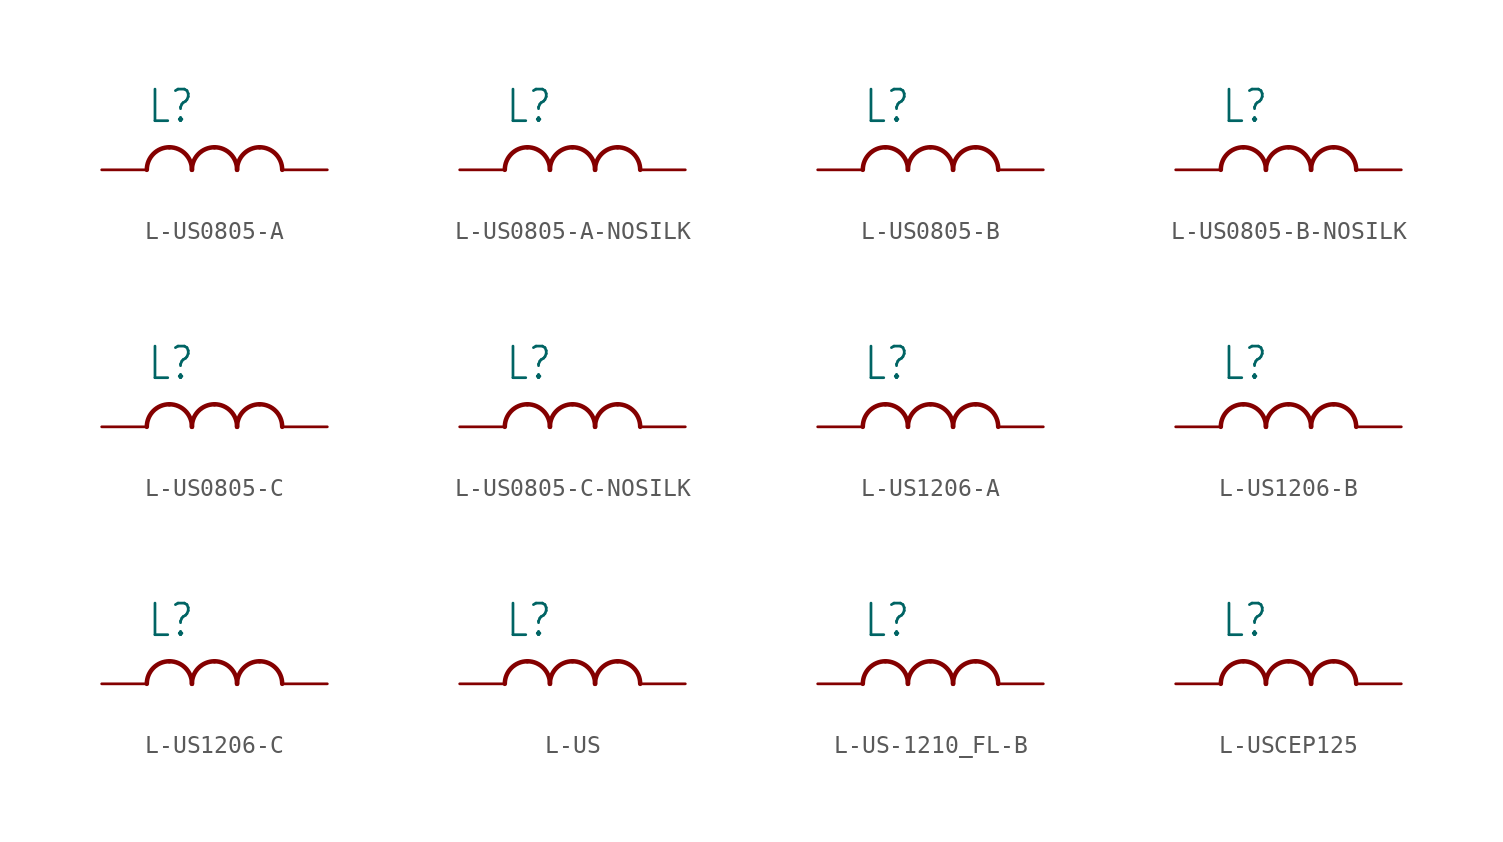
<source format=kicad_sym>
(kicad_symbol_lib
  (version 20241209)
  (generator "kicad_symbol_editor")
  (generator_version "9.0")
  (symbol "L-US0805-A"
    (property "Reference" "L"
      (at -5.08 2.54 0)
      (effects (font (size 1.778 1.511)) (justify left bottom)))
    (property "Value" ""
      (at -5.08 -1.27 0)
      (effects (font (size 1.778 1.511)) (justify left top)))
    (property "ki_locked" ""
      (at 0 0 0)
      (effects (font (size 1.27 1.27))))
    (symbol "L-US0805-A_1_0"
      (arc (start -5.08 0) (mid -4.708 0.898) (end -3.81 1.27) (stroke (width 0.254) (type solid)) (fill (type none)))
      (arc (start -3.81 1.27) (mid -2.912 0.898) (end -2.54 0) (stroke (width 0.254) (type solid)) (fill (type none)))
      (arc (start -2.54 0) (mid -2.168 0.898) (end -1.27 1.27) (stroke (width 0.254) (type solid)) (fill (type none)))
      (arc (start -1.27 1.27) (mid -0.372 0.898) (end 0 0) (stroke (width 0.254) (type solid)) (fill (type none)))
      (arc (start 0 0) (mid 0.372 0.898) (end 1.27 1.27) (stroke (width 0.254) (type solid)) (fill (type none)))
      (arc (start 1.27 1.27) (mid 2.168 0.898) (end 2.54 0) (stroke (width 0.254) (type solid)) (fill (type none)))
      (pin passive line (at -7.62 0 0) (length 2.54) (name "1" (effects (font (size 0 0)))) (number "1" (effects (font (size 0 0)))))
      (pin passive line (at 5.08 0 180) (length 2.54) (name "2" (effects (font (size 0 0)))) (number "2" (effects (font (size 0 0)))))))
  (symbol "L-US0805-A-NOSILK"
    (property "Reference" "L"
      (at -5.08 2.54 0)
      (effects (font (size 1.778 1.511)) (justify left bottom)))
    (property "Value" ""
      (at -5.08 -1.27 0)
      (effects (font (size 1.778 1.511)) (justify left top)))
    (property "ki_locked" ""
      (at 0 0 0)
      (effects (font (size 1.27 1.27))))
    (symbol "L-US0805-A-NOSILK_1_0"
      (arc (start -5.08 0) (mid -4.708 0.898) (end -3.81 1.27) (stroke (width 0.254) (type solid)) (fill (type none)))
      (arc (start -3.81 1.27) (mid -2.912 0.898) (end -2.54 0) (stroke (width 0.254) (type solid)) (fill (type none)))
      (arc (start -2.54 0) (mid -2.168 0.898) (end -1.27 1.27) (stroke (width 0.254) (type solid)) (fill (type none)))
      (arc (start -1.27 1.27) (mid -0.372 0.898) (end 0 0) (stroke (width 0.254) (type solid)) (fill (type none)))
      (arc (start 0 0) (mid 0.372 0.898) (end 1.27 1.27) (stroke (width 0.254) (type solid)) (fill (type none)))
      (arc (start 1.27 1.27) (mid 2.168 0.898) (end 2.54 0) (stroke (width 0.254) (type solid)) (fill (type none)))
      (pin passive line (at -7.62 0 0) (length 2.54) (name "1" (effects (font (size 0 0)))) (number "1" (effects (font (size 0 0)))))
      (pin passive line (at 5.08 0 180) (length 2.54) (name "2" (effects (font (size 0 0)))) (number "2" (effects (font (size 0 0)))))))
  (symbol "L-US0805-B"
    (property "Reference" "L"
      (at -5.08 2.54 0)
      (effects (font (size 1.778 1.511)) (justify left bottom)))
    (property "Value" ""
      (at -5.08 -1.27 0)
      (effects (font (size 1.778 1.511)) (justify left top)))
    (property "ki_locked" ""
      (at 0 0 0)
      (effects (font (size 1.27 1.27))))
    (symbol "L-US0805-B_1_0"
      (arc (start -5.08 0) (mid -4.708 0.898) (end -3.81 1.27) (stroke (width 0.254) (type solid)) (fill (type none)))
      (arc (start -3.81 1.27) (mid -2.912 0.898) (end -2.54 0) (stroke (width 0.254) (type solid)) (fill (type none)))
      (arc (start -2.54 0) (mid -2.168 0.898) (end -1.27 1.27) (stroke (width 0.254) (type solid)) (fill (type none)))
      (arc (start -1.27 1.27) (mid -0.372 0.898) (end 0 0) (stroke (width 0.254) (type solid)) (fill (type none)))
      (arc (start 0 0) (mid 0.372 0.898) (end 1.27 1.27) (stroke (width 0.254) (type solid)) (fill (type none)))
      (arc (start 1.27 1.27) (mid 2.168 0.898) (end 2.54 0) (stroke (width 0.254) (type solid)) (fill (type none)))
      (pin passive line (at -7.62 0 0) (length 2.54) (name "1" (effects (font (size 0 0)))) (number "1" (effects (font (size 0 0)))))
      (pin passive line (at 5.08 0 180) (length 2.54) (name "2" (effects (font (size 0 0)))) (number "2" (effects (font (size 0 0)))))))
  (symbol "L-US0805-B-NOSILK"
    (property "Reference" "L"
      (at -5.08 2.54 0)
      (effects (font (size 1.778 1.511)) (justify left bottom)))
    (property "Value" ""
      (at -5.08 -1.27 0)
      (effects (font (size 1.778 1.511)) (justify left top)))
    (property "ki_locked" ""
      (at 0 0 0)
      (effects (font (size 1.27 1.27))))
    (symbol "L-US0805-B-NOSILK_1_0"
      (arc (start -5.08 0) (mid -4.708 0.898) (end -3.81 1.27) (stroke (width 0.254) (type solid)) (fill (type none)))
      (arc (start -3.81 1.27) (mid -2.912 0.898) (end -2.54 0) (stroke (width 0.254) (type solid)) (fill (type none)))
      (arc (start -2.54 0) (mid -2.168 0.898) (end -1.27 1.27) (stroke (width 0.254) (type solid)) (fill (type none)))
      (arc (start -1.27 1.27) (mid -0.372 0.898) (end 0 0) (stroke (width 0.254) (type solid)) (fill (type none)))
      (arc (start 0 0) (mid 0.372 0.898) (end 1.27 1.27) (stroke (width 0.254) (type solid)) (fill (type none)))
      (arc (start 1.27 1.27) (mid 2.168 0.898) (end 2.54 0) (stroke (width 0.254) (type solid)) (fill (type none)))
      (pin passive line (at -7.62 0 0) (length 2.54) (name "1" (effects (font (size 0 0)))) (number "1" (effects (font (size 0 0)))))
      (pin passive line (at 5.08 0 180) (length 2.54) (name "2" (effects (font (size 0 0)))) (number "2" (effects (font (size 0 0)))))))
  (symbol "L-US0805-C"
    (property "Reference" "L"
      (at -5.08 2.54 0)
      (effects (font (size 1.778 1.511)) (justify left bottom)))
    (property "Value" ""
      (at -5.08 -1.27 0)
      (effects (font (size 1.778 1.511)) (justify left top)))
    (property "ki_locked" ""
      (at 0 0 0)
      (effects (font (size 1.27 1.27))))
    (symbol "L-US0805-C_1_0"
      (arc (start -5.08 0) (mid -4.708 0.898) (end -3.81 1.27) (stroke (width 0.254) (type solid)) (fill (type none)))
      (arc (start -3.81 1.27) (mid -2.912 0.898) (end -2.54 0) (stroke (width 0.254) (type solid)) (fill (type none)))
      (arc (start -2.54 0) (mid -2.168 0.898) (end -1.27 1.27) (stroke (width 0.254) (type solid)) (fill (type none)))
      (arc (start -1.27 1.27) (mid -0.372 0.898) (end 0 0) (stroke (width 0.254) (type solid)) (fill (type none)))
      (arc (start 0 0) (mid 0.372 0.898) (end 1.27 1.27) (stroke (width 0.254) (type solid)) (fill (type none)))
      (arc (start 1.27 1.27) (mid 2.168 0.898) (end 2.54 0) (stroke (width 0.254) (type solid)) (fill (type none)))
      (pin passive line (at -7.62 0 0) (length 2.54) (name "1" (effects (font (size 0 0)))) (number "1" (effects (font (size 0 0)))))
      (pin passive line (at 5.08 0 180) (length 2.54) (name "2" (effects (font (size 0 0)))) (number "2" (effects (font (size 0 0)))))))
  (symbol "L-US0805-C-NOSILK"
    (property "Reference" "L"
      (at -5.08 2.54 0)
      (effects (font (size 1.778 1.511)) (justify left bottom)))
    (property "Value" ""
      (at -5.08 -1.27 0)
      (effects (font (size 1.778 1.511)) (justify left top)))
    (property "ki_locked" ""
      (at 0 0 0)
      (effects (font (size 1.27 1.27))))
    (symbol "L-US0805-C-NOSILK_1_0"
      (arc (start -5.08 0) (mid -4.708 0.898) (end -3.81 1.27) (stroke (width 0.254) (type solid)) (fill (type none)))
      (arc (start -3.81 1.27) (mid -2.912 0.898) (end -2.54 0) (stroke (width 0.254) (type solid)) (fill (type none)))
      (arc (start -2.54 0) (mid -2.168 0.898) (end -1.27 1.27) (stroke (width 0.254) (type solid)) (fill (type none)))
      (arc (start -1.27 1.27) (mid -0.372 0.898) (end 0 0) (stroke (width 0.254) (type solid)) (fill (type none)))
      (arc (start 0 0) (mid 0.372 0.898) (end 1.27 1.27) (stroke (width 0.254) (type solid)) (fill (type none)))
      (arc (start 1.27 1.27) (mid 2.168 0.898) (end 2.54 0) (stroke (width 0.254) (type solid)) (fill (type none)))
      (pin passive line (at -7.62 0 0) (length 2.54) (name "1" (effects (font (size 0 0)))) (number "1" (effects (font (size 0 0)))))
      (pin passive line (at 5.08 0 180) (length 2.54) (name "2" (effects (font (size 0 0)))) (number "2" (effects (font (size 0 0)))))))
  (symbol "L-US1206-A"
    (property "Reference" "L"
      (at -5.08 2.54 0)
      (effects (font (size 1.778 1.511)) (justify left bottom)))
    (property "Value" ""
      (at -5.08 -1.27 0)
      (effects (font (size 1.778 1.511)) (justify left top)))
    (property "ki_locked" ""
      (at 0 0 0)
      (effects (font (size 1.27 1.27))))
    (symbol "L-US1206-A_1_0"
      (arc (start -5.08 0) (mid -4.708 0.898) (end -3.81 1.27) (stroke (width 0.254) (type solid)) (fill (type none)))
      (arc (start -3.81 1.27) (mid -2.912 0.898) (end -2.54 0) (stroke (width 0.254) (type solid)) (fill (type none)))
      (arc (start -2.54 0) (mid -2.168 0.898) (end -1.27 1.27) (stroke (width 0.254) (type solid)) (fill (type none)))
      (arc (start -1.27 1.27) (mid -0.372 0.898) (end 0 0) (stroke (width 0.254) (type solid)) (fill (type none)))
      (arc (start 0 0) (mid 0.372 0.898) (end 1.27 1.27) (stroke (width 0.254) (type solid)) (fill (type none)))
      (arc (start 1.27 1.27) (mid 2.168 0.898) (end 2.54 0) (stroke (width 0.254) (type solid)) (fill (type none)))
      (pin passive line (at -7.62 0 0) (length 2.54) (name "1" (effects (font (size 0 0)))) (number "1" (effects (font (size 0 0)))))
      (pin passive line (at 5.08 0 180) (length 2.54) (name "2" (effects (font (size 0 0)))) (number "2" (effects (font (size 0 0)))))))
  (symbol "L-US1206-B"
    (property "Reference" "L"
      (at -5.08 2.54 0)
      (effects (font (size 1.778 1.511)) (justify left bottom)))
    (property "Value" ""
      (at -5.08 -1.27 0)
      (effects (font (size 1.778 1.511)) (justify left top)))
    (property "ki_locked" ""
      (at 0 0 0)
      (effects (font (size 1.27 1.27))))
    (symbol "L-US1206-B_1_0"
      (arc (start -5.08 0) (mid -4.708 0.898) (end -3.81 1.27) (stroke (width 0.254) (type solid)) (fill (type none)))
      (arc (start -3.81 1.27) (mid -2.912 0.898) (end -2.54 0) (stroke (width 0.254) (type solid)) (fill (type none)))
      (arc (start -2.54 0) (mid -2.168 0.898) (end -1.27 1.27) (stroke (width 0.254) (type solid)) (fill (type none)))
      (arc (start -1.27 1.27) (mid -0.372 0.898) (end 0 0) (stroke (width 0.254) (type solid)) (fill (type none)))
      (arc (start 0 0) (mid 0.372 0.898) (end 1.27 1.27) (stroke (width 0.254) (type solid)) (fill (type none)))
      (arc (start 1.27 1.27) (mid 2.168 0.898) (end 2.54 0) (stroke (width 0.254) (type solid)) (fill (type none)))
      (pin passive line (at -7.62 0 0) (length 2.54) (name "1" (effects (font (size 0 0)))) (number "1" (effects (font (size 0 0)))))
      (pin passive line (at 5.08 0 180) (length 2.54) (name "2" (effects (font (size 0 0)))) (number "2" (effects (font (size 0 0)))))))
  (symbol "L-US1206-C"
    (property "Reference" "L"
      (at -5.08 2.54 0)
      (effects (font (size 1.778 1.511)) (justify left bottom)))
    (property "Value" ""
      (at -5.08 -1.27 0)
      (effects (font (size 1.778 1.511)) (justify left top)))
    (property "ki_locked" ""
      (at 0 0 0)
      (effects (font (size 1.27 1.27))))
    (symbol "L-US1206-C_1_0"
      (arc (start -5.08 0) (mid -4.708 0.898) (end -3.81 1.27) (stroke (width 0.254) (type solid)) (fill (type none)))
      (arc (start -3.81 1.27) (mid -2.912 0.898) (end -2.54 0) (stroke (width 0.254) (type solid)) (fill (type none)))
      (arc (start -2.54 0) (mid -2.168 0.898) (end -1.27 1.27) (stroke (width 0.254) (type solid)) (fill (type none)))
      (arc (start -1.27 1.27) (mid -0.372 0.898) (end 0 0) (stroke (width 0.254) (type solid)) (fill (type none)))
      (arc (start 0 0) (mid 0.372 0.898) (end 1.27 1.27) (stroke (width 0.254) (type solid)) (fill (type none)))
      (arc (start 1.27 1.27) (mid 2.168 0.898) (end 2.54 0) (stroke (width 0.254) (type solid)) (fill (type none)))
      (pin passive line (at -7.62 0 0) (length 2.54) (name "1" (effects (font (size 0 0)))) (number "1" (effects (font (size 0 0)))))
      (pin passive line (at 5.08 0 180) (length 2.54) (name "2" (effects (font (size 0 0)))) (number "2" (effects (font (size 0 0)))))))
  (symbol "L-US"
    (property "Reference" "L"
      (at -5.08 2.54 0)
      (effects (font (size 1.778 1.511)) (justify left bottom)))
    (property "Value" ""
      (at -5.08 -1.27 0)
      (effects (font (size 1.778 1.511)) (justify left top)))
    (property "ki_locked" ""
      (at 0 0 0)
      (effects (font (size 1.27 1.27))))
    (symbol "L-US_1_0"
      (arc (start -5.08 0) (mid -4.708 0.898) (end -3.81 1.27) (stroke (width 0.254) (type solid)) (fill (type none)))
      (arc (start -3.81 1.27) (mid -2.912 0.898) (end -2.54 0) (stroke (width 0.254) (type solid)) (fill (type none)))
      (arc (start -2.54 0) (mid -2.168 0.898) (end -1.27 1.27) (stroke (width 0.254) (type solid)) (fill (type none)))
      (arc (start -1.27 1.27) (mid -0.372 0.898) (end 0 0) (stroke (width 0.254) (type solid)) (fill (type none)))
      (arc (start 0 0) (mid 0.372 0.898) (end 1.27 1.27) (stroke (width 0.254) (type solid)) (fill (type none)))
      (arc (start 1.27 1.27) (mid 2.168 0.898) (end 2.54 0) (stroke (width 0.254) (type solid)) (fill (type none)))
      (pin passive line (at -7.62 0 0) (length 2.54) (name "1" (effects (font (size 0 0)))) (number "2" (effects (font (size 0 0)))))
      (pin passive line (at 5.08 0 180) (length 2.54) (name "2" (effects (font (size 0 0)))) (number "1" (effects (font (size 0 0)))))))
  (symbol "L-US-1210_FL-B"
    (property "Reference" "L"
      (at -5.08 2.54 0)
      (effects (font (size 1.778 1.511)) (justify left bottom)))
    (property "Value" ""
      (at -5.08 -1.27 0)
      (effects (font (size 1.778 1.511)) (justify left top)))
    (property "ki_locked" ""
      (at 0 0 0)
      (effects (font (size 1.27 1.27))))
    (symbol "L-US-1210_FL-B_1_0"
      (arc (start -5.08 0) (mid -4.708 0.898) (end -3.81 1.27) (stroke (width 0.254) (type solid)) (fill (type none)))
      (arc (start -3.81 1.27) (mid -2.912 0.898) (end -2.54 0) (stroke (width 0.254) (type solid)) (fill (type none)))
      (arc (start -2.54 0) (mid -2.168 0.898) (end -1.27 1.27) (stroke (width 0.254) (type solid)) (fill (type none)))
      (arc (start -1.27 1.27) (mid -0.372 0.898) (end 0 0) (stroke (width 0.254) (type solid)) (fill (type none)))
      (arc (start 0 0) (mid 0.372 0.898) (end 1.27 1.27) (stroke (width 0.254) (type solid)) (fill (type none)))
      (arc (start 1.27 1.27) (mid 2.168 0.898) (end 2.54 0) (stroke (width 0.254) (type solid)) (fill (type none)))
      (pin passive line (at -7.62 0 0) (length 2.54) (name "1" (effects (font (size 0 0)))) (number "1" (effects (font (size 0 0)))))
      (pin passive line (at 5.08 0 180) (length 2.54) (name "2" (effects (font (size 0 0)))) (number "2" (effects (font (size 0 0)))))))
  (symbol "L-USCEP125"
    (property "Reference" "L"
      (at -5.08 2.54 0)
      (effects (font (size 1.778 1.511)) (justify left bottom)))
    (property "Value" ""
      (at -5.08 -1.27 0)
      (effects (font (size 1.778 1.511)) (justify left top)))
    (property "ki_locked" ""
      (at 0 0 0)
      (effects (font (size 1.27 1.27))))
    (symbol "L-USCEP125_1_0"
      (arc (start -5.08 0) (mid -4.708 0.898) (end -3.81 1.27) (stroke (width 0.254) (type solid)) (fill (type none)))
      (arc (start -3.81 1.27) (mid -2.912 0.898) (end -2.54 0) (stroke (width 0.254) (type solid)) (fill (type none)))
      (arc (start -2.54 0) (mid -2.168 0.898) (end -1.27 1.27) (stroke (width 0.254) (type solid)) (fill (type none)))
      (arc (start -1.27 1.27) (mid -0.372 0.898) (end 0 0) (stroke (width 0.254) (type solid)) (fill (type none)))
      (arc (start 0 0) (mid 0.372 0.898) (end 1.27 1.27) (stroke (width 0.254) (type solid)) (fill (type none)))
      (arc (start 1.27 1.27) (mid 2.168 0.898) (end 2.54 0) (stroke (width 0.254) (type solid)) (fill (type none)))
      (pin passive line (at -7.62 0 0) (length 2.54) (name "1" (effects (font (size 0 0)))) (number "1" (effects (font (size 0 0)))))
      (pin passive line (at 5.08 0 180) (length 2.54) (name "2" (effects (font (size 0 0)))) (number "2" (effects (font (size 0 0))))))))
</source>
